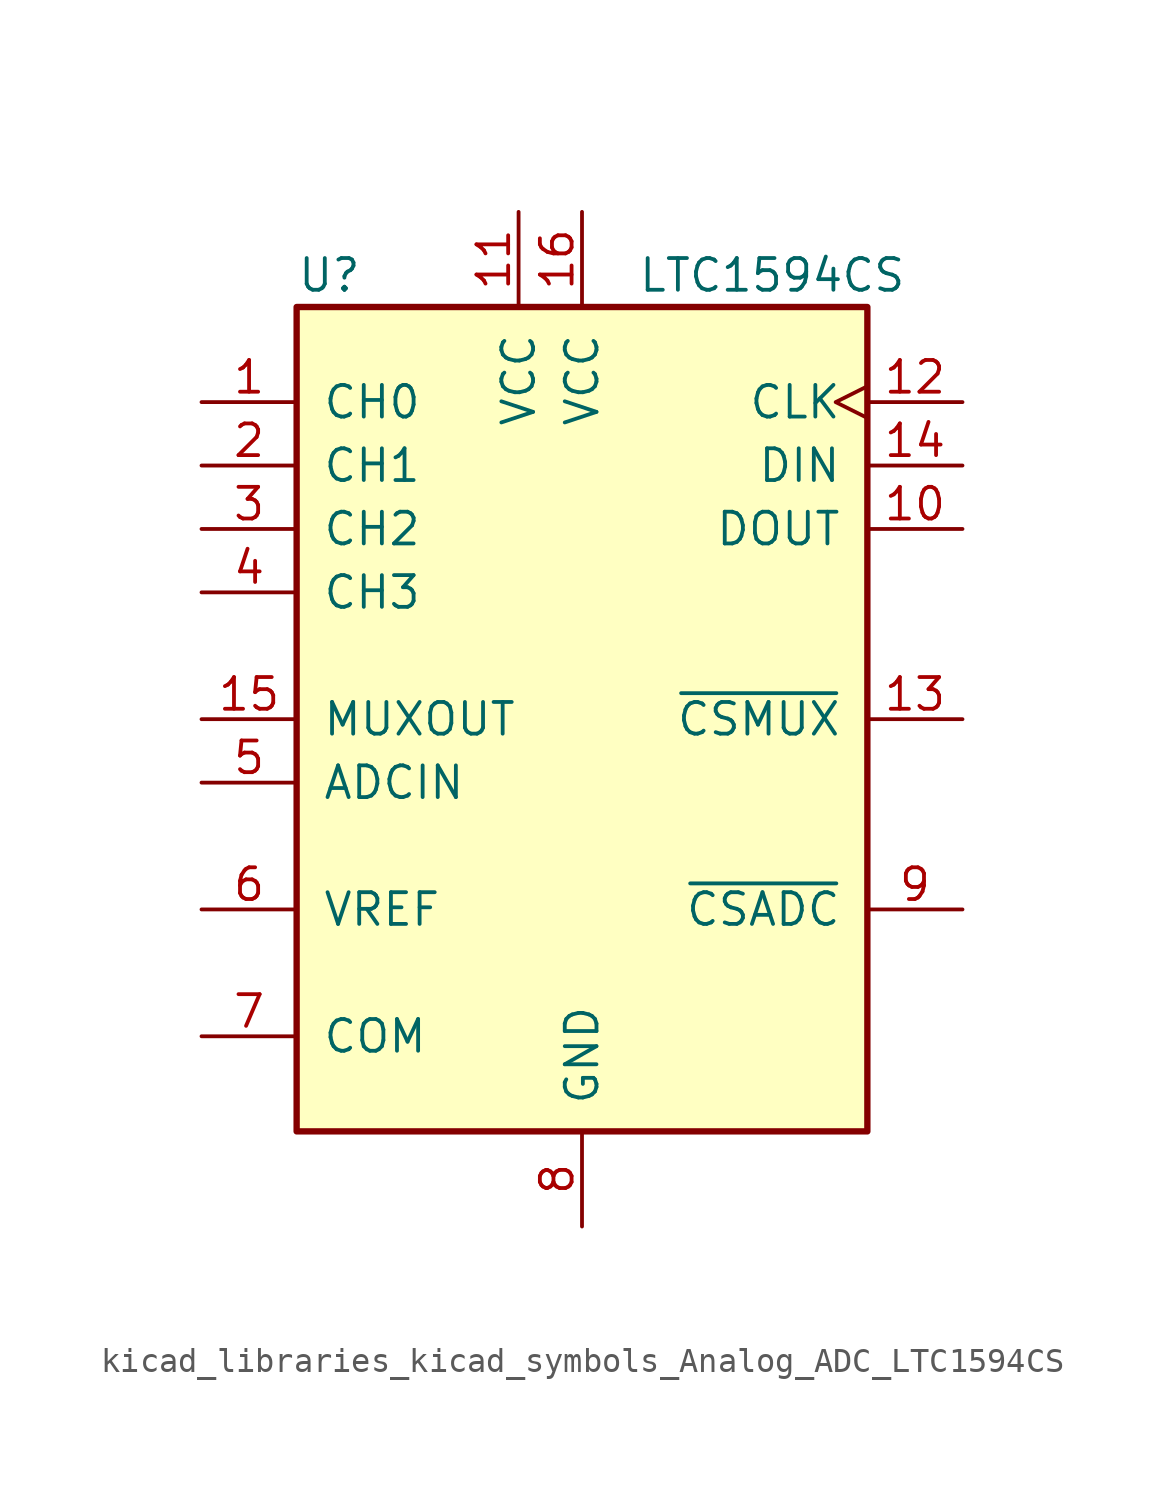
<source format=kicad_sym>
(kicad_symbol_lib
  (version 20220914)
  (generator kicad_symbol_editor)
  (symbol "kicad_libraries_kicad_symbols_Analog_ADC_LTC1594CS"
    (pin_names
      (offset 1.016))
    (property "Reference" "U"
      (at -11.43 17.78 0)
      (effects (font (size 1.27 1.27)) (justify left)))
    (property "Value" "LTC1594CS"
      (at 7.62 17.78 0)
      (effects (font (size 1.27 1.27))))
    (symbol "kicad_libraries_kicad_symbols_Analog_ADC_LTC1594CS_0_1"
      (rectangle (start -11.43 16.51) (end 11.43 -16.51) (stroke (width 0.254) (type default)) (fill (type background))))
    (symbol "kicad_libraries_kicad_symbols_Analog_ADC_LTC1594CS_1_1"
      (pin input line (at -15.24 12.7 0) (length 3.81) (name "CH0" (effects (font (size 1.27 1.27)))) (number "1" (effects (font (size 1.27 1.27)))))
      (pin output line (at 15.24 7.62 180) (length 3.81) (name "DOUT" (effects (font (size 1.27 1.27)))) (number "10" (effects (font (size 1.27 1.27)))))
      (pin power_in line (at -2.54 20.32 270) (length 3.81) (name "VCC" (effects (font (size 1.27 1.27)))) (number "11" (effects (font (size 1.27 1.27)))))
      (pin input clock (at 15.24 12.7 180) (length 3.81) (name "CLK" (effects (font (size 1.27 1.27)))) (number "12" (effects (font (size 1.27 1.27)))))
      (pin input line (at 15.24 0 180) (length 3.81) (name "~{CSMUX}" (effects (font (size 1.27 1.27)))) (number "13" (effects (font (size 1.27 1.27)))))
      (pin input line (at 15.24 10.16 180) (length 3.81) (name "DIN" (effects (font (size 1.27 1.27)))) (number "14" (effects (font (size 1.27 1.27)))))
      (pin output line (at -15.24 0 0) (length 3.81) (name "MUXOUT" (effects (font (size 1.27 1.27)))) (number "15" (effects (font (size 1.27 1.27)))))
      (pin power_in line (at 0 20.32 270) (length 3.81) (name "VCC" (effects (font (size 1.27 1.27)))) (number "16" (effects (font (size 1.27 1.27)))))
      (pin input line (at -15.24 10.16 0) (length 3.81) (name "CH1" (effects (font (size 1.27 1.27)))) (number "2" (effects (font (size 1.27 1.27)))))
      (pin input line (at -15.24 7.62 0) (length 3.81) (name "CH2" (effects (font (size 1.27 1.27)))) (number "3" (effects (font (size 1.27 1.27)))))
      (pin input line (at -15.24 5.08 0) (length 3.81) (name "CH3" (effects (font (size 1.27 1.27)))) (number "4" (effects (font (size 1.27 1.27)))))
      (pin input line (at -15.24 -2.54 0) (length 3.81) (name "ADCIN" (effects (font (size 1.27 1.27)))) (number "5" (effects (font (size 1.27 1.27)))))
      (pin input line (at -15.24 -7.62 0) (length 3.81) (name "VREF" (effects (font (size 1.27 1.27)))) (number "6" (effects (font (size 1.27 1.27)))))
      (pin input line (at -15.24 -12.7 0) (length 3.81) (name "COM" (effects (font (size 1.27 1.27)))) (number "7" (effects (font (size 1.27 1.27)))))
      (pin power_in line (at 0 -20.32 90) (length 3.81) (name "GND" (effects (font (size 1.27 1.27)))) (number "8" (effects (font (size 1.27 1.27)))))
      (pin input line (at 15.24 -7.62 180) (length 3.81) (name "~{CSADC}" (effects (font (size 1.27 1.27)))) (number "9" (effects (font (size 1.27 1.27))))))))
</source>
